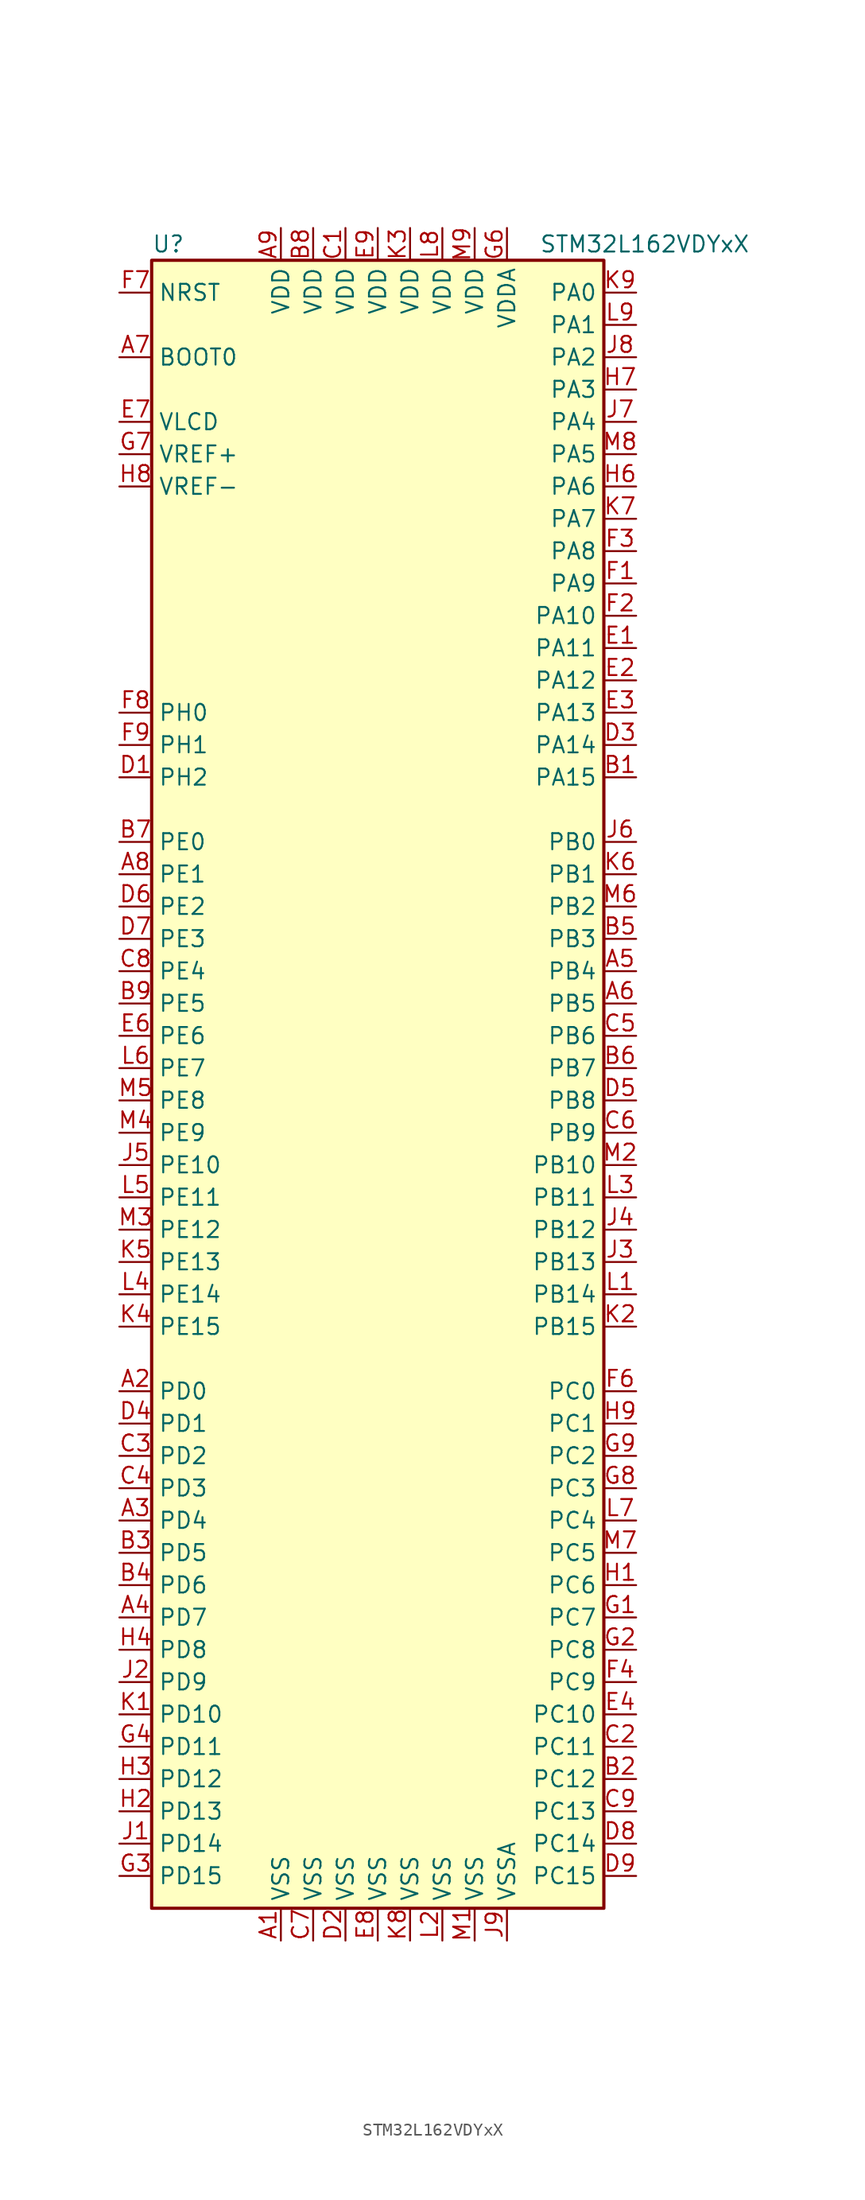
<source format=kicad_sym>
(kicad_symbol_lib
  (version 20211014)
  (generator kicad_symbol_editor)
  (symbol "STM32L162VDYxX"
    (property "Reference" "U"
      (at -17.78 64.77 0)
      (effects (font (size 1.27 1.27)) (justify left)))
    (property "Value" "STM32L162VDYxX"
      (at 12.7 64.77 0)
      (effects (font (size 1.27 1.27)) (justify left)))
    (symbol "STM32L162VDYxX_0_1"
      (rectangle (start -17.78 -66.04) (end 17.78 63.5) (stroke (width 0.254) (type default) (color 0 0 0 0)) (fill (type background))))
    (symbol "STM32L162VDYxX_1_1"
      (pin power_in line (at -7.62 -68.58 90) (length 2.54) (name "VSS" (effects (font (size 1.27 1.27)))) (number "A1" (effects (font (size 1.27 1.27)))))
      (pin bidirectional line (at -20.32 -25.4 0) (length 2.54) (name "PD0" (effects (font (size 1.27 1.27)))) (number "A2" (effects (font (size 1.27 1.27)))))
      (pin bidirectional line (at -20.32 -35.56 0) (length 2.54) (name "PD4" (effects (font (size 1.27 1.27)))) (number "A3" (effects (font (size 1.27 1.27)))))
      (pin bidirectional line (at -20.32 -43.18 0) (length 2.54) (name "PD7" (effects (font (size 1.27 1.27)))) (number "A4" (effects (font (size 1.27 1.27)))))
      (pin bidirectional line (at 20.32 7.62 180) (length 2.54) (name "PB4" (effects (font (size 1.27 1.27)))) (number "A5" (effects (font (size 1.27 1.27)))))
      (pin bidirectional line (at 20.32 5.08 180) (length 2.54) (name "PB5" (effects (font (size 1.27 1.27)))) (number "A6" (effects (font (size 1.27 1.27)))))
      (pin input line (at -20.32 55.88 0) (length 2.54) (name "BOOT0" (effects (font (size 1.27 1.27)))) (number "A7" (effects (font (size 1.27 1.27)))))
      (pin bidirectional line (at -20.32 15.24 0) (length 2.54) (name "PE1" (effects (font (size 1.27 1.27)))) (number "A8" (effects (font (size 1.27 1.27)))))
      (pin power_in line (at -7.62 66.04 270) (length 2.54) (name "VDD" (effects (font (size 1.27 1.27)))) (number "A9" (effects (font (size 1.27 1.27)))))
      (pin bidirectional line (at 20.32 22.86 180) (length 2.54) (name "PA15" (effects (font (size 1.27 1.27)))) (number "B1" (effects (font (size 1.27 1.27)))))
      (pin bidirectional line (at 20.32 -55.88 180) (length 2.54) (name "PC12" (effects (font (size 1.27 1.27)))) (number "B2" (effects (font (size 1.27 1.27)))))
      (pin bidirectional line (at -20.32 -38.1 0) (length 2.54) (name "PD5" (effects (font (size 1.27 1.27)))) (number "B3" (effects (font (size 1.27 1.27)))))
      (pin bidirectional line (at -20.32 -40.64 0) (length 2.54) (name "PD6" (effects (font (size 1.27 1.27)))) (number "B4" (effects (font (size 1.27 1.27)))))
      (pin bidirectional line (at 20.32 10.16 180) (length 2.54) (name "PB3" (effects (font (size 1.27 1.27)))) (number "B5" (effects (font (size 1.27 1.27)))))
      (pin bidirectional line (at 20.32 0 180) (length 2.54) (name "PB7" (effects (font (size 1.27 1.27)))) (number "B6" (effects (font (size 1.27 1.27)))))
      (pin bidirectional line (at -20.32 17.78 0) (length 2.54) (name "PE0" (effects (font (size 1.27 1.27)))) (number "B7" (effects (font (size 1.27 1.27)))))
      (pin power_in line (at -5.08 66.04 270) (length 2.54) (name "VDD" (effects (font (size 1.27 1.27)))) (number "B8" (effects (font (size 1.27 1.27)))))
      (pin bidirectional line (at -20.32 5.08 0) (length 2.54) (name "PE5" (effects (font (size 1.27 1.27)))) (number "B9" (effects (font (size 1.27 1.27)))))
      (pin power_in line (at -2.54 66.04 270) (length 2.54) (name "VDD" (effects (font (size 1.27 1.27)))) (number "C1" (effects (font (size 1.27 1.27)))))
      (pin bidirectional line (at 20.32 -53.34 180) (length 2.54) (name "PC11" (effects (font (size 1.27 1.27)))) (number "C2" (effects (font (size 1.27 1.27)))))
      (pin bidirectional line (at -20.32 -30.48 0) (length 2.54) (name "PD2" (effects (font (size 1.27 1.27)))) (number "C3" (effects (font (size 1.27 1.27)))))
      (pin bidirectional line (at -20.32 -33.02 0) (length 2.54) (name "PD3" (effects (font (size 1.27 1.27)))) (number "C4" (effects (font (size 1.27 1.27)))))
      (pin bidirectional line (at 20.32 2.54 180) (length 2.54) (name "PB6" (effects (font (size 1.27 1.27)))) (number "C5" (effects (font (size 1.27 1.27)))))
      (pin bidirectional line (at 20.32 -5.08 180) (length 2.54) (name "PB9" (effects (font (size 1.27 1.27)))) (number "C6" (effects (font (size 1.27 1.27)))))
      (pin power_in line (at -5.08 -68.58 90) (length 2.54) (name "VSS" (effects (font (size 1.27 1.27)))) (number "C7" (effects (font (size 1.27 1.27)))))
      (pin bidirectional line (at -20.32 7.62 0) (length 2.54) (name "PE4" (effects (font (size 1.27 1.27)))) (number "C8" (effects (font (size 1.27 1.27)))))
      (pin bidirectional line (at 20.32 -58.42 180) (length 2.54) (name "PC13" (effects (font (size 1.27 1.27)))) (number "C9" (effects (font (size 1.27 1.27)))))
      (pin bidirectional line (at -20.32 22.86 0) (length 2.54) (name "PH2" (effects (font (size 1.27 1.27)))) (number "D1" (effects (font (size 1.27 1.27)))))
      (pin power_in line (at -2.54 -68.58 90) (length 2.54) (name "VSS" (effects (font (size 1.27 1.27)))) (number "D2" (effects (font (size 1.27 1.27)))))
      (pin bidirectional line (at 20.32 25.4 180) (length 2.54) (name "PA14" (effects (font (size 1.27 1.27)))) (number "D3" (effects (font (size 1.27 1.27)))))
      (pin bidirectional line (at -20.32 -27.94 0) (length 2.54) (name "PD1" (effects (font (size 1.27 1.27)))) (number "D4" (effects (font (size 1.27 1.27)))))
      (pin bidirectional line (at 20.32 -2.54 180) (length 2.54) (name "PB8" (effects (font (size 1.27 1.27)))) (number "D5" (effects (font (size 1.27 1.27)))))
      (pin bidirectional line (at -20.32 12.7 0) (length 2.54) (name "PE2" (effects (font (size 1.27 1.27)))) (number "D6" (effects (font (size 1.27 1.27)))))
      (pin bidirectional line (at -20.32 10.16 0) (length 2.54) (name "PE3" (effects (font (size 1.27 1.27)))) (number "D7" (effects (font (size 1.27 1.27)))))
      (pin bidirectional line (at 20.32 -60.96 180) (length 2.54) (name "PC14" (effects (font (size 1.27 1.27)))) (number "D8" (effects (font (size 1.27 1.27)))))
      (pin bidirectional line (at 20.32 -63.5 180) (length 2.54) (name "PC15" (effects (font (size 1.27 1.27)))) (number "D9" (effects (font (size 1.27 1.27)))))
      (pin bidirectional line (at 20.32 33.02 180) (length 2.54) (name "PA11" (effects (font (size 1.27 1.27)))) (number "E1" (effects (font (size 1.27 1.27)))))
      (pin bidirectional line (at 20.32 30.48 180) (length 2.54) (name "PA12" (effects (font (size 1.27 1.27)))) (number "E2" (effects (font (size 1.27 1.27)))))
      (pin bidirectional line (at 20.32 27.94 180) (length 2.54) (name "PA13" (effects (font (size 1.27 1.27)))) (number "E3" (effects (font (size 1.27 1.27)))))
      (pin bidirectional line (at 20.32 -50.8 180) (length 2.54) (name "PC10" (effects (font (size 1.27 1.27)))) (number "E4" (effects (font (size 1.27 1.27)))))
      (pin bidirectional line (at -20.32 2.54 0) (length 2.54) (name "PE6" (effects (font (size 1.27 1.27)))) (number "E6" (effects (font (size 1.27 1.27)))))
      (pin power_in line (at -20.32 50.8 0) (length 2.54) (name "VLCD" (effects (font (size 1.27 1.27)))) (number "E7" (effects (font (size 1.27 1.27)))))
      (pin power_in line (at 0 -68.58 90) (length 2.54) (name "VSS" (effects (font (size 1.27 1.27)))) (number "E8" (effects (font (size 1.27 1.27)))))
      (pin power_in line (at 0 66.04 270) (length 2.54) (name "VDD" (effects (font (size 1.27 1.27)))) (number "E9" (effects (font (size 1.27 1.27)))))
      (pin bidirectional line (at 20.32 38.1 180) (length 2.54) (name "PA9" (effects (font (size 1.27 1.27)))) (number "F1" (effects (font (size 1.27 1.27)))))
      (pin bidirectional line (at 20.32 35.56 180) (length 2.54) (name "PA10" (effects (font (size 1.27 1.27)))) (number "F2" (effects (font (size 1.27 1.27)))))
      (pin bidirectional line (at 20.32 40.64 180) (length 2.54) (name "PA8" (effects (font (size 1.27 1.27)))) (number "F3" (effects (font (size 1.27 1.27)))))
      (pin bidirectional line (at 20.32 -48.26 180) (length 2.54) (name "PC9" (effects (font (size 1.27 1.27)))) (number "F4" (effects (font (size 1.27 1.27)))))
      (pin bidirectional line (at 20.32 -25.4 180) (length 2.54) (name "PC0" (effects (font (size 1.27 1.27)))) (number "F6" (effects (font (size 1.27 1.27)))))
      (pin input line (at -20.32 60.96 0) (length 2.54) (name "NRST" (effects (font (size 1.27 1.27)))) (number "F7" (effects (font (size 1.27 1.27)))))
      (pin input line (at -20.32 27.94 0) (length 2.54) (name "PH0" (effects (font (size 1.27 1.27)))) (number "F8" (effects (font (size 1.27 1.27)))))
      (pin input line (at -20.32 25.4 0) (length 2.54) (name "PH1" (effects (font (size 1.27 1.27)))) (number "F9" (effects (font (size 1.27 1.27)))))
      (pin bidirectional line (at 20.32 -43.18 180) (length 2.54) (name "PC7" (effects (font (size 1.27 1.27)))) (number "G1" (effects (font (size 1.27 1.27)))))
      (pin bidirectional line (at 20.32 -45.72 180) (length 2.54) (name "PC8" (effects (font (size 1.27 1.27)))) (number "G2" (effects (font (size 1.27 1.27)))))
      (pin bidirectional line (at -20.32 -63.5 0) (length 2.54) (name "PD15" (effects (font (size 1.27 1.27)))) (number "G3" (effects (font (size 1.27 1.27)))))
      (pin bidirectional line (at -20.32 -53.34 0) (length 2.54) (name "PD11" (effects (font (size 1.27 1.27)))) (number "G4" (effects (font (size 1.27 1.27)))))
      (pin power_in line (at 10.16 66.04 270) (length 2.54) (name "VDDA" (effects (font (size 1.27 1.27)))) (number "G6" (effects (font (size 1.27 1.27)))))
      (pin power_in line (at -20.32 48.26 0) (length 2.54) (name "VREF+" (effects (font (size 1.27 1.27)))) (number "G7" (effects (font (size 1.27 1.27)))))
      (pin bidirectional line (at 20.32 -33.02 180) (length 2.54) (name "PC3" (effects (font (size 1.27 1.27)))) (number "G8" (effects (font (size 1.27 1.27)))))
      (pin bidirectional line (at 20.32 -30.48 180) (length 2.54) (name "PC2" (effects (font (size 1.27 1.27)))) (number "G9" (effects (font (size 1.27 1.27)))))
      (pin bidirectional line (at 20.32 -40.64 180) (length 2.54) (name "PC6" (effects (font (size 1.27 1.27)))) (number "H1" (effects (font (size 1.27 1.27)))))
      (pin bidirectional line (at -20.32 -58.42 0) (length 2.54) (name "PD13" (effects (font (size 1.27 1.27)))) (number "H2" (effects (font (size 1.27 1.27)))))
      (pin bidirectional line (at -20.32 -55.88 0) (length 2.54) (name "PD12" (effects (font (size 1.27 1.27)))) (number "H3" (effects (font (size 1.27 1.27)))))
      (pin bidirectional line (at -20.32 -45.72 0) (length 2.54) (name "PD8" (effects (font (size 1.27 1.27)))) (number "H4" (effects (font (size 1.27 1.27)))))
      (pin bidirectional line (at 20.32 45.72 180) (length 2.54) (name "PA6" (effects (font (size 1.27 1.27)))) (number "H6" (effects (font (size 1.27 1.27)))))
      (pin bidirectional line (at 20.32 53.34 180) (length 2.54) (name "PA3" (effects (font (size 1.27 1.27)))) (number "H7" (effects (font (size 1.27 1.27)))))
      (pin power_in line (at -20.32 45.72 0) (length 2.54) (name "VREF-" (effects (font (size 1.27 1.27)))) (number "H8" (effects (font (size 1.27 1.27)))))
      (pin bidirectional line (at 20.32 -27.94 180) (length 2.54) (name "PC1" (effects (font (size 1.27 1.27)))) (number "H9" (effects (font (size 1.27 1.27)))))
      (pin bidirectional line (at -20.32 -60.96 0) (length 2.54) (name "PD14" (effects (font (size 1.27 1.27)))) (number "J1" (effects (font (size 1.27 1.27)))))
      (pin bidirectional line (at -20.32 -48.26 0) (length 2.54) (name "PD9" (effects (font (size 1.27 1.27)))) (number "J2" (effects (font (size 1.27 1.27)))))
      (pin bidirectional line (at 20.32 -15.24 180) (length 2.54) (name "PB13" (effects (font (size 1.27 1.27)))) (number "J3" (effects (font (size 1.27 1.27)))))
      (pin bidirectional line (at 20.32 -12.7 180) (length 2.54) (name "PB12" (effects (font (size 1.27 1.27)))) (number "J4" (effects (font (size 1.27 1.27)))))
      (pin bidirectional line (at -20.32 -7.62 0) (length 2.54) (name "PE10" (effects (font (size 1.27 1.27)))) (number "J5" (effects (font (size 1.27 1.27)))))
      (pin bidirectional line (at 20.32 17.78 180) (length 2.54) (name "PB0" (effects (font (size 1.27 1.27)))) (number "J6" (effects (font (size 1.27 1.27)))))
      (pin bidirectional line (at 20.32 50.8 180) (length 2.54) (name "PA4" (effects (font (size 1.27 1.27)))) (number "J7" (effects (font (size 1.27 1.27)))))
      (pin bidirectional line (at 20.32 55.88 180) (length 2.54) (name "PA2" (effects (font (size 1.27 1.27)))) (number "J8" (effects (font (size 1.27 1.27)))))
      (pin power_in line (at 10.16 -68.58 90) (length 2.54) (name "VSSA" (effects (font (size 1.27 1.27)))) (number "J9" (effects (font (size 1.27 1.27)))))
      (pin bidirectional line (at -20.32 -50.8 0) (length 2.54) (name "PD10" (effects (font (size 1.27 1.27)))) (number "K1" (effects (font (size 1.27 1.27)))))
      (pin bidirectional line (at 20.32 -20.32 180) (length 2.54) (name "PB15" (effects (font (size 1.27 1.27)))) (number "K2" (effects (font (size 1.27 1.27)))))
      (pin power_in line (at 2.54 66.04 270) (length 2.54) (name "VDD" (effects (font (size 1.27 1.27)))) (number "K3" (effects (font (size 1.27 1.27)))))
      (pin bidirectional line (at -20.32 -20.32 0) (length 2.54) (name "PE15" (effects (font (size 1.27 1.27)))) (number "K4" (effects (font (size 1.27 1.27)))))
      (pin bidirectional line (at -20.32 -15.24 0) (length 2.54) (name "PE13" (effects (font (size 1.27 1.27)))) (number "K5" (effects (font (size 1.27 1.27)))))
      (pin bidirectional line (at 20.32 15.24 180) (length 2.54) (name "PB1" (effects (font (size 1.27 1.27)))) (number "K6" (effects (font (size 1.27 1.27)))))
      (pin bidirectional line (at 20.32 43.18 180) (length 2.54) (name "PA7" (effects (font (size 1.27 1.27)))) (number "K7" (effects (font (size 1.27 1.27)))))
      (pin power_in line (at 2.54 -68.58 90) (length 2.54) (name "VSS" (effects (font (size 1.27 1.27)))) (number "K8" (effects (font (size 1.27 1.27)))))
      (pin bidirectional line (at 20.32 60.96 180) (length 2.54) (name "PA0" (effects (font (size 1.27 1.27)))) (number "K9" (effects (font (size 1.27 1.27)))))
      (pin bidirectional line (at 20.32 -17.78 180) (length 2.54) (name "PB14" (effects (font (size 1.27 1.27)))) (number "L1" (effects (font (size 1.27 1.27)))))
      (pin power_in line (at 5.08 -68.58 90) (length 2.54) (name "VSS" (effects (font (size 1.27 1.27)))) (number "L2" (effects (font (size 1.27 1.27)))))
      (pin bidirectional line (at 20.32 -10.16 180) (length 2.54) (name "PB11" (effects (font (size 1.27 1.27)))) (number "L3" (effects (font (size 1.27 1.27)))))
      (pin bidirectional line (at -20.32 -17.78 0) (length 2.54) (name "PE14" (effects (font (size 1.27 1.27)))) (number "L4" (effects (font (size 1.27 1.27)))))
      (pin bidirectional line (at -20.32 -10.16 0) (length 2.54) (name "PE11" (effects (font (size 1.27 1.27)))) (number "L5" (effects (font (size 1.27 1.27)))))
      (pin bidirectional line (at -20.32 0 0) (length 2.54) (name "PE7" (effects (font (size 1.27 1.27)))) (number "L6" (effects (font (size 1.27 1.27)))))
      (pin bidirectional line (at 20.32 -35.56 180) (length 2.54) (name "PC4" (effects (font (size 1.27 1.27)))) (number "L7" (effects (font (size 1.27 1.27)))))
      (pin power_in line (at 5.08 66.04 270) (length 2.54) (name "VDD" (effects (font (size 1.27 1.27)))) (number "L8" (effects (font (size 1.27 1.27)))))
      (pin bidirectional line (at 20.32 58.42 180) (length 2.54) (name "PA1" (effects (font (size 1.27 1.27)))) (number "L9" (effects (font (size 1.27 1.27)))))
      (pin power_in line (at 7.62 -68.58 90) (length 2.54) (name "VSS" (effects (font (size 1.27 1.27)))) (number "M1" (effects (font (size 1.27 1.27)))))
      (pin bidirectional line (at 20.32 -7.62 180) (length 2.54) (name "PB10" (effects (font (size 1.27 1.27)))) (number "M2" (effects (font (size 1.27 1.27)))))
      (pin bidirectional line (at -20.32 -12.7 0) (length 2.54) (name "PE12" (effects (font (size 1.27 1.27)))) (number "M3" (effects (font (size 1.27 1.27)))))
      (pin bidirectional line (at -20.32 -5.08 0) (length 2.54) (name "PE9" (effects (font (size 1.27 1.27)))) (number "M4" (effects (font (size 1.27 1.27)))))
      (pin bidirectional line (at -20.32 -2.54 0) (length 2.54) (name "PE8" (effects (font (size 1.27 1.27)))) (number "M5" (effects (font (size 1.27 1.27)))))
      (pin bidirectional line (at 20.32 12.7 180) (length 2.54) (name "PB2" (effects (font (size 1.27 1.27)))) (number "M6" (effects (font (size 1.27 1.27)))))
      (pin bidirectional line (at 20.32 -38.1 180) (length 2.54) (name "PC5" (effects (font (size 1.27 1.27)))) (number "M7" (effects (font (size 1.27 1.27)))))
      (pin bidirectional line (at 20.32 48.26 180) (length 2.54) (name "PA5" (effects (font (size 1.27 1.27)))) (number "M8" (effects (font (size 1.27 1.27)))))
      (pin power_in line (at 7.62 66.04 270) (length 2.54) (name "VDD" (effects (font (size 1.27 1.27)))) (number "M9" (effects (font (size 1.27 1.27))))))))
</source>
